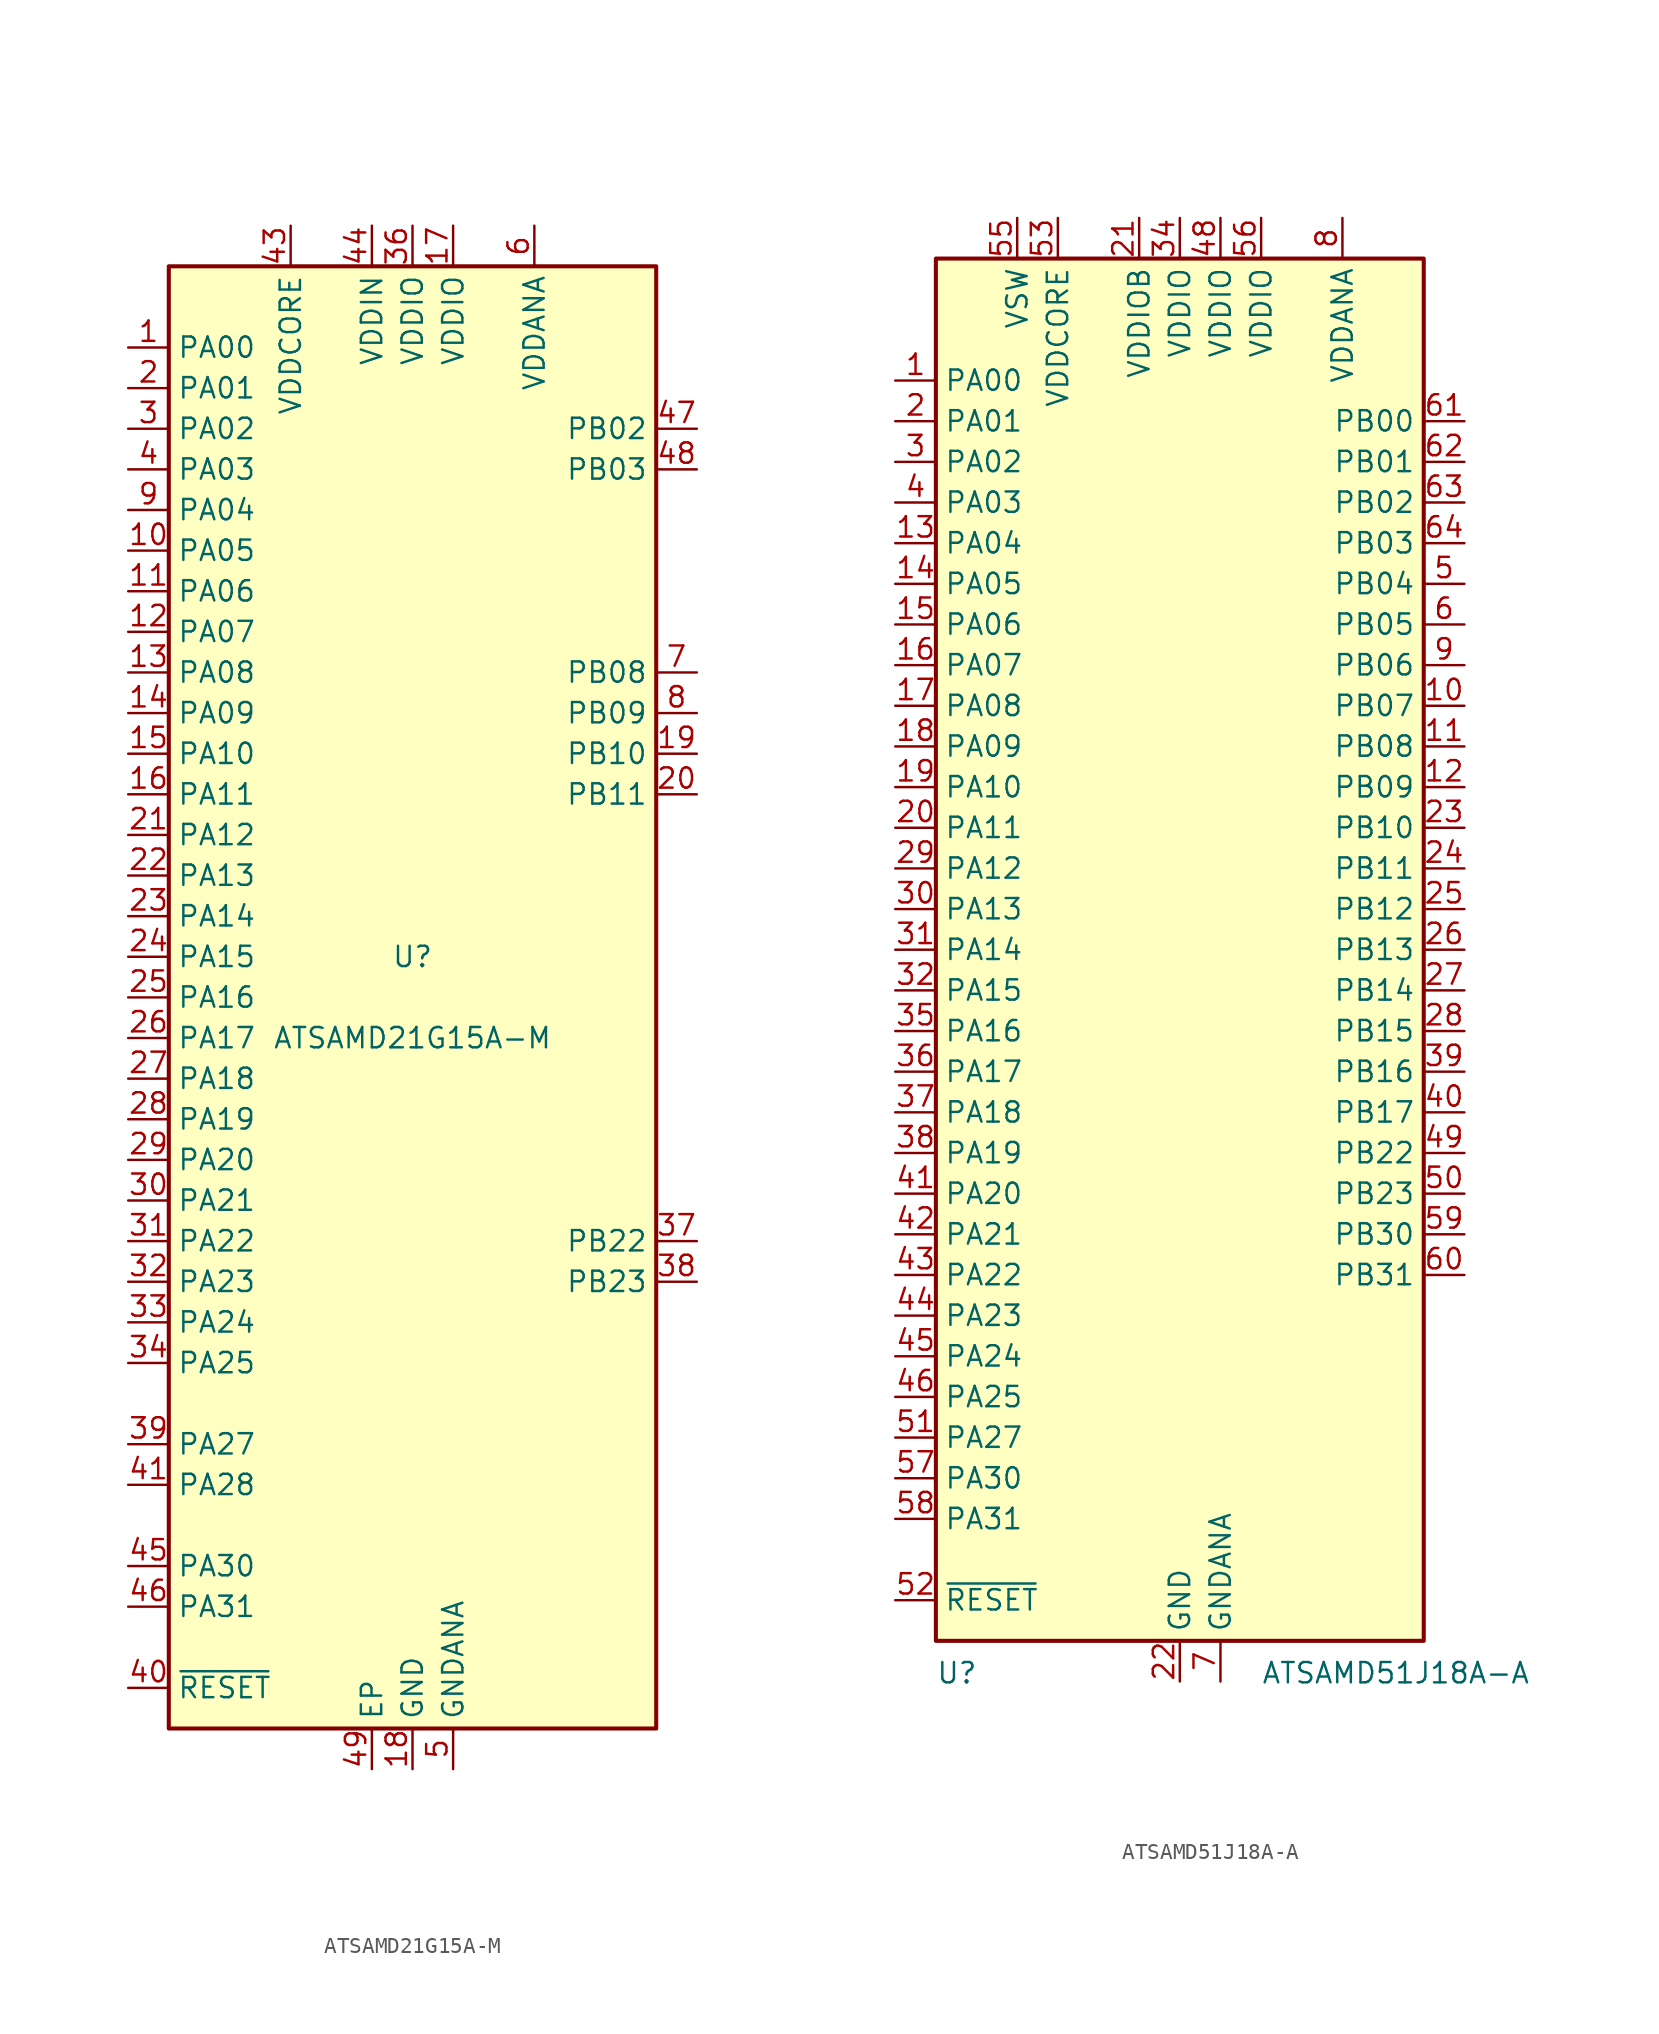
<source format=kicad_sym>
(kicad_symbol_lib
  (version 20231120)
  (generator "kicad_symbol_editor")
  (generator_version "8.0")
  (symbol "ATSAMD21G15A-M"
    (property "Reference" "U"
      (at 0 2.54 0)
      (effects (font (size 1.27 1.27))))
    (property "Value" "ATSAMD21G15A-M"
      (at 0 -2.54 0)
      (effects (font (size 1.27 1.27))))
    (symbol "ATSAMD21G15A-M_0_1"
      (rectangle (start -15.24 45.72) (end 15.24 -45.72) (stroke (width 0.254) (type default)) (fill (type background))))
    (symbol "ATSAMD21G15A-M_1_1"
      (pin bidirectional line (at -17.78 40.64 0) (length 2.54) (name "PA00" (effects (font (size 1.27 1.27)))) (number "1" (effects (font (size 1.27 1.27)))))
      (pin bidirectional line (at -17.78 27.94 0) (length 2.54) (name "PA05" (effects (font (size 1.27 1.27)))) (number "10" (effects (font (size 1.27 1.27)))))
      (pin bidirectional line (at -17.78 25.4 0) (length 2.54) (name "PA06" (effects (font (size 1.27 1.27)))) (number "11" (effects (font (size 1.27 1.27)))))
      (pin bidirectional line (at -17.78 22.86 0) (length 2.54) (name "PA07" (effects (font (size 1.27 1.27)))) (number "12" (effects (font (size 1.27 1.27)))))
      (pin bidirectional line (at -17.78 20.32 0) (length 2.54) (name "PA08" (effects (font (size 1.27 1.27)))) (number "13" (effects (font (size 1.27 1.27)))))
      (pin bidirectional line (at -17.78 17.78 0) (length 2.54) (name "PA09" (effects (font (size 1.27 1.27)))) (number "14" (effects (font (size 1.27 1.27)))))
      (pin bidirectional line (at -17.78 15.24 0) (length 2.54) (name "PA10" (effects (font (size 1.27 1.27)))) (number "15" (effects (font (size 1.27 1.27)))))
      (pin bidirectional line (at -17.78 12.7 0) (length 2.54) (name "PA11" (effects (font (size 1.27 1.27)))) (number "16" (effects (font (size 1.27 1.27)))))
      (pin power_in line (at 2.54 48.26 270) (length 2.54) (name "VDDIO" (effects (font (size 1.27 1.27)))) (number "17" (effects (font (size 1.27 1.27)))))
      (pin power_in line (at 0 -48.26 90) (length 2.54) (name "GND" (effects (font (size 1.27 1.27)))) (number "18" (effects (font (size 1.27 1.27)))))
      (pin bidirectional line (at 17.78 15.24 180) (length 2.54) (name "PB10" (effects (font (size 1.27 1.27)))) (number "19" (effects (font (size 1.27 1.27)))))
      (pin bidirectional line (at -17.78 38.1 0) (length 2.54) (name "PA01" (effects (font (size 1.27 1.27)))) (number "2" (effects (font (size 1.27 1.27)))))
      (pin bidirectional line (at 17.78 12.7 180) (length 2.54) (name "PB11" (effects (font (size 1.27 1.27)))) (number "20" (effects (font (size 1.27 1.27)))))
      (pin bidirectional line (at -17.78 10.16 0) (length 2.54) (name "PA12" (effects (font (size 1.27 1.27)))) (number "21" (effects (font (size 1.27 1.27)))))
      (pin bidirectional line (at -17.78 7.62 0) (length 2.54) (name "PA13" (effects (font (size 1.27 1.27)))) (number "22" (effects (font (size 1.27 1.27)))))
      (pin bidirectional line (at -17.78 5.08 0) (length 2.54) (name "PA14" (effects (font (size 1.27 1.27)))) (number "23" (effects (font (size 1.27 1.27)))))
      (pin bidirectional line (at -17.78 2.54 0) (length 2.54) (name "PA15" (effects (font (size 1.27 1.27)))) (number "24" (effects (font (size 1.27 1.27)))))
      (pin bidirectional line (at -17.78 0 0) (length 2.54) (name "PA16" (effects (font (size 1.27 1.27)))) (number "25" (effects (font (size 1.27 1.27)))))
      (pin bidirectional line (at -17.78 -2.54 0) (length 2.54) (name "PA17" (effects (font (size 1.27 1.27)))) (number "26" (effects (font (size 1.27 1.27)))))
      (pin bidirectional line (at -17.78 -5.08 0) (length 2.54) (name "PA18" (effects (font (size 1.27 1.27)))) (number "27" (effects (font (size 1.27 1.27)))))
      (pin bidirectional line (at -17.78 -7.62 0) (length 2.54) (name "PA19" (effects (font (size 1.27 1.27)))) (number "28" (effects (font (size 1.27 1.27)))))
      (pin bidirectional line (at -17.78 -10.16 0) (length 2.54) (name "PA20" (effects (font (size 1.27 1.27)))) (number "29" (effects (font (size 1.27 1.27)))))
      (pin bidirectional line (at -17.78 35.56 0) (length 2.54) (name "PA02" (effects (font (size 1.27 1.27)))) (number "3" (effects (font (size 1.27 1.27)))))
      (pin bidirectional line (at -17.78 -12.7 0) (length 2.54) (name "PA21" (effects (font (size 1.27 1.27)))) (number "30" (effects (font (size 1.27 1.27)))))
      (pin bidirectional line (at -17.78 -15.24 0) (length 2.54) (name "PA22" (effects (font (size 1.27 1.27)))) (number "31" (effects (font (size 1.27 1.27)))))
      (pin bidirectional line (at -17.78 -17.78 0) (length 2.54) (name "PA23" (effects (font (size 1.27 1.27)))) (number "32" (effects (font (size 1.27 1.27)))))
      (pin bidirectional line (at -17.78 -20.32 0) (length 2.54) (name "PA24" (effects (font (size 1.27 1.27)))) (number "33" (effects (font (size 1.27 1.27)))))
      (pin bidirectional line (at -17.78 -22.86 0) (length 2.54) (name "PA25" (effects (font (size 1.27 1.27)))) (number "34" (effects (font (size 1.27 1.27)))))
      (pin passive line (at 0 -48.26 90) (length 2.54) hide (name "GND" (effects (font (size 1.27 1.27)))) (number "35" (effects (font (size 1.27 1.27)))))
      (pin power_in line (at 0 48.26 270) (length 2.54) (name "VDDIO" (effects (font (size 1.27 1.27)))) (number "36" (effects (font (size 1.27 1.27)))))
      (pin bidirectional line (at 17.78 -15.24 180) (length 2.54) (name "PB22" (effects (font (size 1.27 1.27)))) (number "37" (effects (font (size 1.27 1.27)))))
      (pin bidirectional line (at 17.78 -17.78 180) (length 2.54) (name "PB23" (effects (font (size 1.27 1.27)))) (number "38" (effects (font (size 1.27 1.27)))))
      (pin bidirectional line (at -17.78 -27.94 0) (length 2.54) (name "PA27" (effects (font (size 1.27 1.27)))) (number "39" (effects (font (size 1.27 1.27)))))
      (pin bidirectional line (at -17.78 33.02 0) (length 2.54) (name "PA03" (effects (font (size 1.27 1.27)))) (number "4" (effects (font (size 1.27 1.27)))))
      (pin input line (at -17.78 -43.18 0) (length 2.54) (name "~{RESET}" (effects (font (size 1.27 1.27)))) (number "40" (effects (font (size 1.27 1.27)))))
      (pin bidirectional line (at -17.78 -30.48 0) (length 2.54) (name "PA28" (effects (font (size 1.27 1.27)))) (number "41" (effects (font (size 1.27 1.27)))))
      (pin passive line (at 0 -48.26 90) (length 2.54) hide (name "GND" (effects (font (size 1.27 1.27)))) (number "42" (effects (font (size 1.27 1.27)))))
      (pin power_out line (at -7.62 48.26 270) (length 2.54) (name "VDDCORE" (effects (font (size 1.27 1.27)))) (number "43" (effects (font (size 1.27 1.27)))))
      (pin power_in line (at -2.54 48.26 270) (length 2.54) (name "VDDIN" (effects (font (size 1.27 1.27)))) (number "44" (effects (font (size 1.27 1.27)))))
      (pin bidirectional line (at -17.78 -35.56 0) (length 2.54) (name "PA30" (effects (font (size 1.27 1.27)))) (number "45" (effects (font (size 1.27 1.27)))))
      (pin bidirectional line (at -17.78 -38.1 0) (length 2.54) (name "PA31" (effects (font (size 1.27 1.27)))) (number "46" (effects (font (size 1.27 1.27)))))
      (pin bidirectional line (at 17.78 35.56 180) (length 2.54) (name "PB02" (effects (font (size 1.27 1.27)))) (number "47" (effects (font (size 1.27 1.27)))))
      (pin bidirectional line (at 17.78 33.02 180) (length 2.54) (name "PB03" (effects (font (size 1.27 1.27)))) (number "48" (effects (font (size 1.27 1.27)))))
      (pin passive line (at -2.54 -48.26 90) (length 2.54) (name "EP" (effects (font (size 1.27 1.27)))) (number "49" (effects (font (size 1.27 1.27)))))
      (pin power_in line (at 2.54 -48.26 90) (length 2.54) (name "GNDANA" (effects (font (size 1.27 1.27)))) (number "5" (effects (font (size 1.27 1.27)))))
      (pin power_in line (at 7.62 48.26 270) (length 2.54) (name "VDDANA" (effects (font (size 1.27 1.27)))) (number "6" (effects (font (size 1.27 1.27)))))
      (pin bidirectional line (at 17.78 20.32 180) (length 2.54) (name "PB08" (effects (font (size 1.27 1.27)))) (number "7" (effects (font (size 1.27 1.27)))))
      (pin bidirectional line (at 17.78 17.78 180) (length 2.54) (name "PB09" (effects (font (size 1.27 1.27)))) (number "8" (effects (font (size 1.27 1.27)))))
      (pin bidirectional line (at -17.78 30.48 0) (length 2.54) (name "PA04" (effects (font (size 1.27 1.27)))) (number "9" (effects (font (size 1.27 1.27)))))))
  (symbol "ATSAMD51J18A-A"
    (property "Reference" "U"
      (at -15.24 -44.45 0)
      (effects (font (size 1.27 1.27)) (justify left top)))
    (property "Value" "ATSAMD51J18A-A"
      (at 5.08 -44.45 0)
      (effects (font (size 1.27 1.27)) (justify left top)))
    (symbol "ATSAMD51J18A-A_0_1"
      (rectangle (start -15.24 43.18) (end 15.24 -43.18) (stroke (width 0.254) (type default)) (fill (type background))))
    (symbol "ATSAMD51J18A-A_1_0"
      (pin bidirectional line (at 17.78 25.4 180) (length 2.54) (name "PB03" (effects (font (size 1.27 1.27)))) (number "64" (effects (font (size 1.27 1.27))))))
    (symbol "ATSAMD51J18A-A_1_1"
      (pin bidirectional line (at -17.78 35.56 0) (length 2.54) (name "PA00" (effects (font (size 1.27 1.27)))) (number "1" (effects (font (size 1.27 1.27)))))
      (pin bidirectional line (at 17.78 15.24 180) (length 2.54) (name "PB07" (effects (font (size 1.27 1.27)))) (number "10" (effects (font (size 1.27 1.27)))))
      (pin bidirectional line (at 17.78 12.7 180) (length 2.54) (name "PB08" (effects (font (size 1.27 1.27)))) (number "11" (effects (font (size 1.27 1.27)))))
      (pin bidirectional line (at 17.78 10.16 180) (length 2.54) (name "PB09" (effects (font (size 1.27 1.27)))) (number "12" (effects (font (size 1.27 1.27)))))
      (pin bidirectional line (at -17.78 25.4 0) (length 2.54) (name "PA04" (effects (font (size 1.27 1.27)))) (number "13" (effects (font (size 1.27 1.27)))))
      (pin bidirectional line (at -17.78 22.86 0) (length 2.54) (name "PA05" (effects (font (size 1.27 1.27)))) (number "14" (effects (font (size 1.27 1.27)))))
      (pin bidirectional line (at -17.78 20.32 0) (length 2.54) (name "PA06" (effects (font (size 1.27 1.27)))) (number "15" (effects (font (size 1.27 1.27)))))
      (pin bidirectional line (at -17.78 17.78 0) (length 2.54) (name "PA07" (effects (font (size 1.27 1.27)))) (number "16" (effects (font (size 1.27 1.27)))))
      (pin bidirectional line (at -17.78 15.24 0) (length 2.54) (name "PA08" (effects (font (size 1.27 1.27)))) (number "17" (effects (font (size 1.27 1.27)))))
      (pin bidirectional line (at -17.78 12.7 0) (length 2.54) (name "PA09" (effects (font (size 1.27 1.27)))) (number "18" (effects (font (size 1.27 1.27)))))
      (pin bidirectional line (at -17.78 10.16 0) (length 2.54) (name "PA10" (effects (font (size 1.27 1.27)))) (number "19" (effects (font (size 1.27 1.27)))))
      (pin bidirectional line (at -17.78 33.02 0) (length 2.54) (name "PA01" (effects (font (size 1.27 1.27)))) (number "2" (effects (font (size 1.27 1.27)))))
      (pin bidirectional line (at -17.78 7.62 0) (length 2.54) (name "PA11" (effects (font (size 1.27 1.27)))) (number "20" (effects (font (size 1.27 1.27)))))
      (pin power_in line (at -2.54 45.72 270) (length 2.54) (name "VDDIOB" (effects (font (size 1.27 1.27)))) (number "21" (effects (font (size 1.27 1.27)))))
      (pin power_in line (at 0 -45.72 90) (length 2.54) (name "GND" (effects (font (size 1.27 1.27)))) (number "22" (effects (font (size 1.27 1.27)))))
      (pin bidirectional line (at 17.78 7.62 180) (length 2.54) (name "PB10" (effects (font (size 1.27 1.27)))) (number "23" (effects (font (size 1.27 1.27)))))
      (pin bidirectional line (at 17.78 5.08 180) (length 2.54) (name "PB11" (effects (font (size 1.27 1.27)))) (number "24" (effects (font (size 1.27 1.27)))))
      (pin bidirectional line (at 17.78 2.54 180) (length 2.54) (name "PB12" (effects (font (size 1.27 1.27)))) (number "25" (effects (font (size 1.27 1.27)))))
      (pin bidirectional line (at 17.78 0 180) (length 2.54) (name "PB13" (effects (font (size 1.27 1.27)))) (number "26" (effects (font (size 1.27 1.27)))))
      (pin bidirectional line (at 17.78 -2.54 180) (length 2.54) (name "PB14" (effects (font (size 1.27 1.27)))) (number "27" (effects (font (size 1.27 1.27)))))
      (pin bidirectional line (at 17.78 -5.08 180) (length 2.54) (name "PB15" (effects (font (size 1.27 1.27)))) (number "28" (effects (font (size 1.27 1.27)))))
      (pin bidirectional line (at -17.78 5.08 0) (length 2.54) (name "PA12" (effects (font (size 1.27 1.27)))) (number "29" (effects (font (size 1.27 1.27)))))
      (pin bidirectional line (at -17.78 30.48 0) (length 2.54) (name "PA02" (effects (font (size 1.27 1.27)))) (number "3" (effects (font (size 1.27 1.27)))))
      (pin bidirectional line (at -17.78 2.54 0) (length 2.54) (name "PA13" (effects (font (size 1.27 1.27)))) (number "30" (effects (font (size 1.27 1.27)))))
      (pin bidirectional line (at -17.78 0 0) (length 2.54) (name "PA14" (effects (font (size 1.27 1.27)))) (number "31" (effects (font (size 1.27 1.27)))))
      (pin bidirectional line (at -17.78 -2.54 0) (length 2.54) (name "PA15" (effects (font (size 1.27 1.27)))) (number "32" (effects (font (size 1.27 1.27)))))
      (pin passive line (at 0 -45.72 90) (length 2.54) hide (name "GND" (effects (font (size 1.27 1.27)))) (number "33" (effects (font (size 1.27 1.27)))))
      (pin power_in line (at 0 45.72 270) (length 2.54) (name "VDDIO" (effects (font (size 1.27 1.27)))) (number "34" (effects (font (size 1.27 1.27)))))
      (pin bidirectional line (at -17.78 -5.08 0) (length 2.54) (name "PA16" (effects (font (size 1.27 1.27)))) (number "35" (effects (font (size 1.27 1.27)))))
      (pin bidirectional line (at -17.78 -7.62 0) (length 2.54) (name "PA17" (effects (font (size 1.27 1.27)))) (number "36" (effects (font (size 1.27 1.27)))))
      (pin bidirectional line (at -17.78 -10.16 0) (length 2.54) (name "PA18" (effects (font (size 1.27 1.27)))) (number "37" (effects (font (size 1.27 1.27)))))
      (pin bidirectional line (at -17.78 -12.7 0) (length 2.54) (name "PA19" (effects (font (size 1.27 1.27)))) (number "38" (effects (font (size 1.27 1.27)))))
      (pin bidirectional line (at 17.78 -7.62 180) (length 2.54) (name "PB16" (effects (font (size 1.27 1.27)))) (number "39" (effects (font (size 1.27 1.27)))))
      (pin bidirectional line (at -17.78 27.94 0) (length 2.54) (name "PA03" (effects (font (size 1.27 1.27)))) (number "4" (effects (font (size 1.27 1.27)))))
      (pin bidirectional line (at 17.78 -10.16 180) (length 2.54) (name "PB17" (effects (font (size 1.27 1.27)))) (number "40" (effects (font (size 1.27 1.27)))))
      (pin bidirectional line (at -17.78 -15.24 0) (length 2.54) (name "PA20" (effects (font (size 1.27 1.27)))) (number "41" (effects (font (size 1.27 1.27)))))
      (pin bidirectional line (at -17.78 -17.78 0) (length 2.54) (name "PA21" (effects (font (size 1.27 1.27)))) (number "42" (effects (font (size 1.27 1.27)))))
      (pin bidirectional line (at -17.78 -20.32 0) (length 2.54) (name "PA22" (effects (font (size 1.27 1.27)))) (number "43" (effects (font (size 1.27 1.27)))))
      (pin bidirectional line (at -17.78 -22.86 0) (length 2.54) (name "PA23" (effects (font (size 1.27 1.27)))) (number "44" (effects (font (size 1.27 1.27)))))
      (pin bidirectional line (at -17.78 -25.4 0) (length 2.54) (name "PA24" (effects (font (size 1.27 1.27)))) (number "45" (effects (font (size 1.27 1.27)))))
      (pin bidirectional line (at -17.78 -27.94 0) (length 2.54) (name "PA25" (effects (font (size 1.27 1.27)))) (number "46" (effects (font (size 1.27 1.27)))))
      (pin passive line (at 0 -45.72 90) (length 2.54) hide (name "GND" (effects (font (size 1.27 1.27)))) (number "47" (effects (font (size 1.27 1.27)))))
      (pin power_in line (at 2.54 45.72 270) (length 2.54) (name "VDDIO" (effects (font (size 1.27 1.27)))) (number "48" (effects (font (size 1.27 1.27)))))
      (pin bidirectional line (at 17.78 -12.7 180) (length 2.54) (name "PB22" (effects (font (size 1.27 1.27)))) (number "49" (effects (font (size 1.27 1.27)))))
      (pin bidirectional line (at 17.78 22.86 180) (length 2.54) (name "PB04" (effects (font (size 1.27 1.27)))) (number "5" (effects (font (size 1.27 1.27)))))
      (pin bidirectional line (at 17.78 -15.24 180) (length 2.54) (name "PB23" (effects (font (size 1.27 1.27)))) (number "50" (effects (font (size 1.27 1.27)))))
      (pin bidirectional line (at -17.78 -30.48 0) (length 2.54) (name "PA27" (effects (font (size 1.27 1.27)))) (number "51" (effects (font (size 1.27 1.27)))))
      (pin input line (at -17.78 -40.64 0) (length 2.54) (name "~{RESET}" (effects (font (size 1.27 1.27)))) (number "52" (effects (font (size 1.27 1.27)))))
      (pin power_out line (at -7.62 45.72 270) (length 2.54) (name "VDDCORE" (effects (font (size 1.27 1.27)))) (number "53" (effects (font (size 1.27 1.27)))))
      (pin passive line (at 0 -45.72 90) (length 2.54) hide (name "GND" (effects (font (size 1.27 1.27)))) (number "54" (effects (font (size 1.27 1.27)))))
      (pin power_in line (at -10.16 45.72 270) (length 2.54) (name "VSW" (effects (font (size 1.27 1.27)))) (number "55" (effects (font (size 1.27 1.27)))))
      (pin power_in line (at 5.08 45.72 270) (length 2.54) (name "VDDIO" (effects (font (size 1.27 1.27)))) (number "56" (effects (font (size 1.27 1.27)))))
      (pin bidirectional line (at -17.78 -33.02 0) (length 2.54) (name "PA30" (effects (font (size 1.27 1.27)))) (number "57" (effects (font (size 1.27 1.27)))))
      (pin bidirectional line (at -17.78 -35.56 0) (length 2.54) (name "PA31" (effects (font (size 1.27 1.27)))) (number "58" (effects (font (size 1.27 1.27)))))
      (pin bidirectional line (at 17.78 -17.78 180) (length 2.54) (name "PB30" (effects (font (size 1.27 1.27)))) (number "59" (effects (font (size 1.27 1.27)))))
      (pin bidirectional line (at 17.78 20.32 180) (length 2.54) (name "PB05" (effects (font (size 1.27 1.27)))) (number "6" (effects (font (size 1.27 1.27)))))
      (pin bidirectional line (at 17.78 -20.32 180) (length 2.54) (name "PB31" (effects (font (size 1.27 1.27)))) (number "60" (effects (font (size 1.27 1.27)))))
      (pin bidirectional line (at 17.78 33.02 180) (length 2.54) (name "PB00" (effects (font (size 1.27 1.27)))) (number "61" (effects (font (size 1.27 1.27)))))
      (pin bidirectional line (at 17.78 30.48 180) (length 2.54) (name "PB01" (effects (font (size 1.27 1.27)))) (number "62" (effects (font (size 1.27 1.27)))))
      (pin bidirectional line (at 17.78 27.94 180) (length 2.54) (name "PB02" (effects (font (size 1.27 1.27)))) (number "63" (effects (font (size 1.27 1.27)))))
      (pin power_in line (at 2.54 -45.72 90) (length 2.54) (name "GNDANA" (effects (font (size 1.27 1.27)))) (number "7" (effects (font (size 1.27 1.27)))))
      (pin power_in line (at 10.16 45.72 270) (length 2.54) (name "VDDANA" (effects (font (size 1.27 1.27)))) (number "8" (effects (font (size 1.27 1.27)))))
      (pin bidirectional line (at 17.78 17.78 180) (length 2.54) (name "PB06" (effects (font (size 1.27 1.27)))) (number "9" (effects (font (size 1.27 1.27))))))))
</source>
